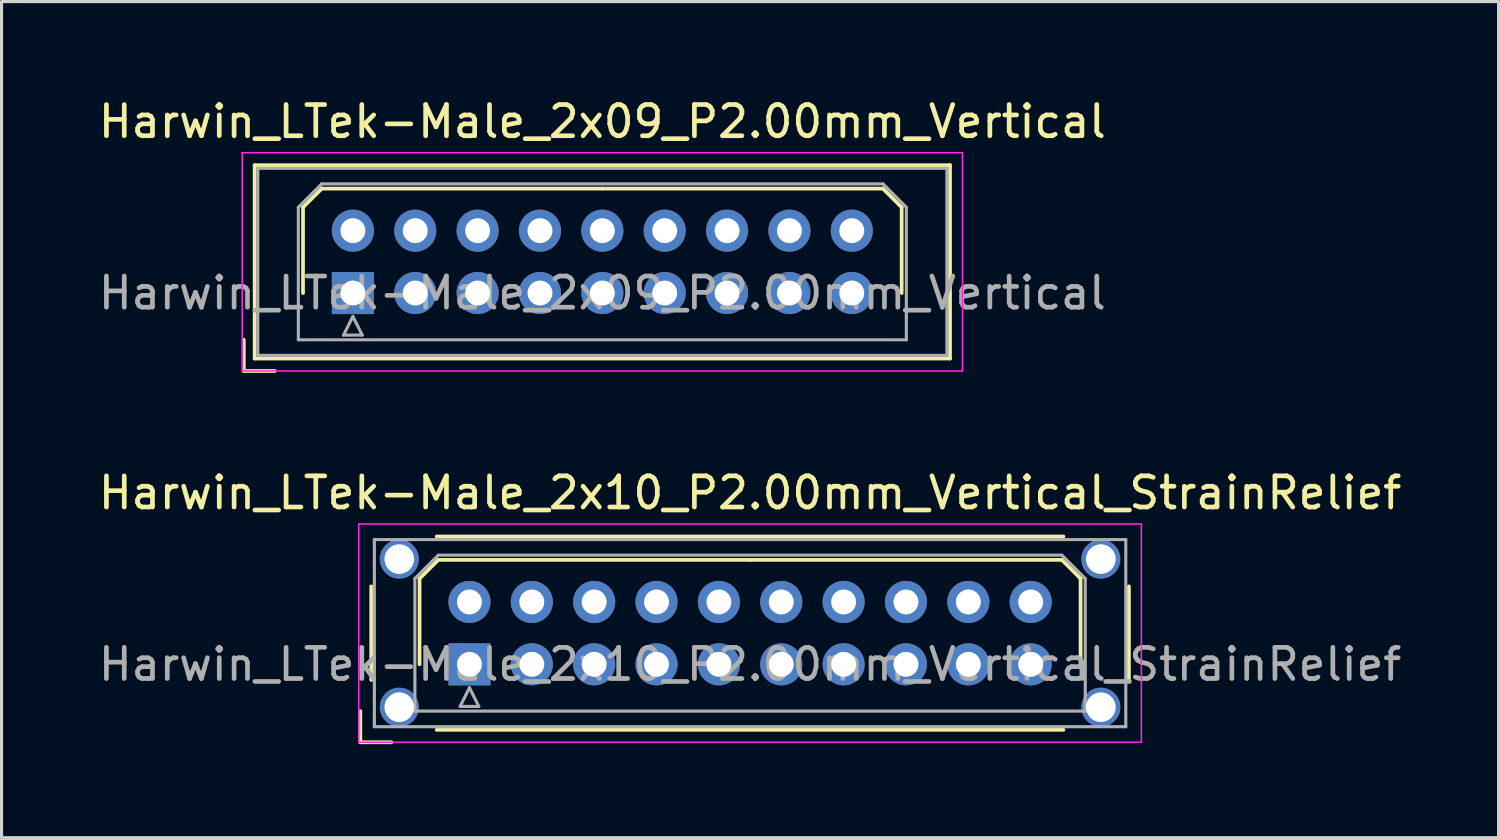
<source format=kicad_pcb>
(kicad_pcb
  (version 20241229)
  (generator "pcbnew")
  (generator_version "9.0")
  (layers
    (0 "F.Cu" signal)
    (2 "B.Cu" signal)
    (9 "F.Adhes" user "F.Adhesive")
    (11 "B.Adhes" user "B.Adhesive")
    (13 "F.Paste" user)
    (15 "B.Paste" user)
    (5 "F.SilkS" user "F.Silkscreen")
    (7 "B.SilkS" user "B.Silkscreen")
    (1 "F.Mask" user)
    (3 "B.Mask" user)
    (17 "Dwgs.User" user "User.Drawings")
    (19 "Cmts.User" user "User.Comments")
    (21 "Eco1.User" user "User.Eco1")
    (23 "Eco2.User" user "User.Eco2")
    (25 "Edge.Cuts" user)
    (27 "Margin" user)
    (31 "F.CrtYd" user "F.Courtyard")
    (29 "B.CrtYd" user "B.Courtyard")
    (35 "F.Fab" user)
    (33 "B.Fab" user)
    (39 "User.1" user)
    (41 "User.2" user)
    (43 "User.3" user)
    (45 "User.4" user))
  (footprint "Harwin_LTek-Male_2x09_P2.00mm_Vertical"
    (layer "F.Cu")
    (at 8.268 6.348)
    (property "Reference" "Harwin_LTek-Male_2x09_P2.00mm_Vertical" (at 8 -5.5 0) (layer "F.SilkS") (effects (font (size 1 1) (thickness 0.15))))
    (attr through_hole)
    (fp_line (start -3.5 1.5) (end -3.5 2.5) (stroke (width 0.12) (type solid)) (layer "F.SilkS"))
    (fp_line (start -3.5 2.5) (end -2.5 2.5) (stroke (width 0.12) (type solid)) (layer "F.SilkS"))
    (fp_line (start -3.15 -4.1) (end -3.15 2.1) (stroke (width 0.12) (type solid)) (layer "F.SilkS"))
    (fp_line (start -3.15 2.1) (end 19.15 2.1) (stroke (width 0.12) (type solid)) (layer "F.SilkS"))
    (fp_line (start -1.6 -2.75) (end -1 -3.35) (stroke (width 0.12) (type solid)) (layer "F.SilkS"))
    (fp_line (start -1.6 0) (end -1.6 -2.75) (stroke (width 0.12) (type solid)) (layer "F.SilkS"))
    (fp_line (start -1 -3.35) (end 8 -3.35) (stroke (width 0.12) (type solid)) (layer "F.SilkS"))
    (fp_line (start 17 -3.35) (end 8 -3.35) (stroke (width 0.12) (type solid)) (layer "F.SilkS"))
    (fp_line (start 17.6 -2.75) (end 17 -3.35) (stroke (width 0.12) (type solid)) (layer "F.SilkS"))
    (fp_line (start 17.6 0) (end 17.6 -2.75) (stroke (width 0.12) (type solid)) (layer "F.SilkS"))
    (fp_line (start 19.15 -4.1) (end -3.15 -4.1) (stroke (width 0.12) (type solid)) (layer "F.SilkS"))
    (fp_line (start 19.15 2.1) (end 19.15 -4.1) (stroke (width 0.12) (type solid)) (layer "F.SilkS"))
    (fp_line (start -3.55 -4.5) (end -3.55 2.5) (stroke (width 0.05) (type solid)) (layer "F.CrtYd"))
    (fp_line (start -3.55 2.5) (end 19.55 2.5) (stroke (width 0.05) (type solid)) (layer "F.CrtYd"))
    (fp_line (start 19.55 -4.5) (end -3.55 -4.5) (stroke (width 0.05) (type solid)) (layer "F.CrtYd"))
    (fp_line (start 19.55 2.5) (end 19.55 -4.5) (stroke (width 0.05) (type solid)) (layer "F.CrtYd"))
    (fp_line (start -3.05 -4) (end -3.05 2) (stroke (width 0.1) (type solid)) (layer "F.Fab"))
    (fp_line (start -3.05 2) (end 19.05 2) (stroke (width 0.1) (type solid)) (layer "F.Fab"))
    (fp_line (start -1.75 -2.75) (end -1 -3.5) (stroke (width 0.1) (type solid)) (layer "F.Fab"))
    (fp_line (start -1.75 1.5) (end -1.75 -2.75) (stroke (width 0.1) (type solid)) (layer "F.Fab"))
    (fp_line (start -1 -3.5) (end 17 -3.5) (stroke (width 0.1) (type solid)) (layer "F.Fab"))
    (fp_line (start -0.3 1.35) (end 0.3 1.35) (stroke (width 0.1) (type solid)) (layer "F.Fab"))
    (fp_line (start 0 0.75) (end -0.3 1.35) (stroke (width 0.1) (type solid)) (layer "F.Fab"))
    (fp_line (start 0.3 1.35) (end 0 0.75) (stroke (width 0.1) (type solid)) (layer "F.Fab"))
    (fp_line (start 17 -3.5) (end 17.75 -2.75) (stroke (width 0.1) (type solid)) (layer "F.Fab"))
    (fp_line (start 17.75 -2.75) (end 17.75 1.5) (stroke (width 0.1) (type solid)) (layer "F.Fab"))
    (fp_line (start 17.75 1.5) (end -1.75 1.5) (stroke (width 0.1) (type solid)) (layer "F.Fab"))
    (fp_line (start 19.05 -4) (end -3.05 -4) (stroke (width 0.1) (type solid)) (layer "F.Fab"))
    (fp_line (start 19.05 2) (end 19.05 -4) (stroke (width 0.1) (type solid)) (layer "F.Fab"))
    (fp_text user "${REFERENCE}" (at 8 0 0) (layer "F.Fab") (effects (font (size 1 1) (thickness 0.15))))
    (pad "1" thru_hole rect (at 0 0) (size 1.35 1.35) (drill 0.8) (layers "*.Cu" "*.Mask"))
    (pad "2" thru_hole circle (at 0 -2) (size 1.35 1.35) (drill 0.8) (layers "*.Cu" "*.Mask"))
    (pad "3" thru_hole circle (at 2 0) (size 1.35 1.35) (drill 0.8) (layers "*.Cu" "*.Mask"))
    (pad "4" thru_hole circle (at 2 -2) (size 1.35 1.35) (drill 0.8) (layers "*.Cu" "*.Mask"))
    (pad "5" thru_hole circle (at 4 0) (size 1.35 1.35) (drill 0.8) (layers "*.Cu" "*.Mask"))
    (pad "6" thru_hole circle (at 4 -2) (size 1.35 1.35) (drill 0.8) (layers "*.Cu" "*.Mask"))
    (pad "7" thru_hole circle (at 6 0) (size 1.35 1.35) (drill 0.8) (layers "*.Cu" "*.Mask"))
    (pad "8" thru_hole circle (at 6 -2) (size 1.35 1.35) (drill 0.8) (layers "*.Cu" "*.Mask"))
    (pad "9" thru_hole circle (at 8 0) (size 1.35 1.35) (drill 0.8) (layers "*.Cu" "*.Mask"))
    (pad "10" thru_hole circle (at 8 -2) (size 1.35 1.35) (drill 0.8) (layers "*.Cu" "*.Mask"))
    (pad "11" thru_hole circle (at 10 0) (size 1.35 1.35) (drill 0.8) (layers "*.Cu" "*.Mask"))
    (pad "12" thru_hole circle (at 10 -2) (size 1.35 1.35) (drill 0.8) (layers "*.Cu" "*.Mask"))
    (pad "13" thru_hole circle (at 12 0) (size 1.35 1.35) (drill 0.8) (layers "*.Cu" "*.Mask"))
    (pad "14" thru_hole circle (at 12 -2) (size 1.35 1.35) (drill 0.8) (layers "*.Cu" "*.Mask"))
    (pad "15" thru_hole circle (at 14 0) (size 1.35 1.35) (drill 0.8) (layers "*.Cu" "*.Mask"))
    (pad "16" thru_hole circle (at 14 -2) (size 1.35 1.35) (drill 0.8) (layers "*.Cu" "*.Mask"))
    (pad "17" thru_hole circle (at 16 0) (size 1.35 1.35) (drill 0.8) (layers "*.Cu" "*.Mask"))
    (pad "18" thru_hole circle (at 16 -2) (size 1.35 1.35) (drill 0.8) (layers "*.Cu" "*.Mask")))
  (footprint "Harwin_LTek-Male_2x10_P2.00mm_Vertical_StrainRelief"
    (layer "F.Cu")
    (at 12.006 18.256)
    (property "Reference" "Harwin_LTek-Male_2x10_P2.00mm_Vertical_StrainRelief" (at 9 -5.5 0) (layer "F.SilkS") (effects (font (size 1 1) (thickness 0.15))))
    (attr through_hole)
    (fp_line (start -3.5 1.5) (end -3.5 2.5) (stroke (width 0.12) (type solid)) (layer "F.SilkS"))
    (fp_line (start -3.5 2.5) (end -2.5 2.5) (stroke (width 0.12) (type solid)) (layer "F.SilkS"))
    (fp_line (start -3.15 -2.5) (end -3.15 0.5) (stroke (width 0.12) (type solid)) (layer "F.SilkS"))
    (fp_line (start -1.6 -2.75) (end -1 -3.35) (stroke (width 0.12) (type solid)) (layer "F.SilkS"))
    (fp_line (start -1.6 0) (end -1.6 -2.75) (stroke (width 0.12) (type solid)) (layer "F.SilkS"))
    (fp_line (start -1.05 -4.1) (end 19.05 -4.1) (stroke (width 0.12) (type solid)) (layer "F.SilkS"))
    (fp_line (start -1.05 2.1) (end 19.05 2.1) (stroke (width 0.12) (type solid)) (layer "F.SilkS"))
    (fp_line (start -1 -3.35) (end 9 -3.35) (stroke (width 0.12) (type solid)) (layer "F.SilkS"))
    (fp_line (start 19 -3.35) (end 9 -3.35) (stroke (width 0.12) (type solid)) (layer "F.SilkS"))
    (fp_line (start 19.6 -2.75) (end 19 -3.35) (stroke (width 0.12) (type solid)) (layer "F.SilkS"))
    (fp_line (start 19.6 0) (end 19.6 -2.75) (stroke (width 0.12) (type solid)) (layer "F.SilkS"))
    (fp_line (start 21.15 -2.5) (end 21.15 0.5) (stroke (width 0.12) (type solid)) (layer "F.SilkS"))
    (fp_line (start -3.55 -4.5) (end -3.55 2.5) (stroke (width 0.05) (type solid)) (layer "F.CrtYd"))
    (fp_line (start -3.55 2.5) (end 21.55 2.5) (stroke (width 0.05) (type solid)) (layer "F.CrtYd"))
    (fp_line (start 21.55 -4.5) (end -3.55 -4.5) (stroke (width 0.05) (type solid)) (layer "F.CrtYd"))
    (fp_line (start 21.55 2.5) (end 21.55 -4.5) (stroke (width 0.05) (type solid)) (layer "F.CrtYd"))
    (fp_line (start -3.05 -4) (end -3.05 2) (stroke (width 0.1) (type solid)) (layer "F.Fab"))
    (fp_line (start -3.05 2) (end 21.05 2) (stroke (width 0.1) (type solid)) (layer "F.Fab"))
    (fp_line (start -1.75 -2.75) (end -1 -3.5) (stroke (width 0.1) (type solid)) (layer "F.Fab"))
    (fp_line (start -1.75 1.5) (end -1.75 -2.75) (stroke (width 0.1) (type solid)) (layer "F.Fab"))
    (fp_line (start -1 -3.5) (end 19 -3.5) (stroke (width 0.1) (type solid)) (layer "F.Fab"))
    (fp_line (start -0.3 1.35) (end 0.3 1.35) (stroke (width 0.1) (type solid)) (layer "F.Fab"))
    (fp_line (start 0 0.75) (end -0.3 1.35) (stroke (width 0.1) (type solid)) (layer "F.Fab"))
    (fp_line (start 0.3 1.35) (end 0 0.75) (stroke (width 0.1) (type solid)) (layer "F.Fab"))
    (fp_line (start 19 -3.5) (end 19.75 -2.75) (stroke (width 0.1) (type solid)) (layer "F.Fab"))
    (fp_line (start 19.75 -2.75) (end 19.75 1.5) (stroke (width 0.1) (type solid)) (layer "F.Fab"))
    (fp_line (start 19.75 1.5) (end -1.75 1.5) (stroke (width 0.1) (type solid)) (layer "F.Fab"))
    (fp_line (start 21.05 -4) (end -3.05 -4) (stroke (width 0.1) (type solid)) (layer "F.Fab"))
    (fp_line (start 21.05 2) (end 21.05 -4) (stroke (width 0.1) (type solid)) (layer "F.Fab"))
    (fp_text user "${REFERENCE}" (at 9 0 0) (layer "F.Fab") (effects (font (size 1 1) (thickness 0.15))))
    (pad "" thru_hole circle (at -2.25 -3.375) (size 1.25 1.25) (drill 0.95) (layers "*.Cu" "*.Mask"))
    (pad "" thru_hole circle (at -2.25 1.375) (size 1.25 1.25) (drill 0.95) (layers "*.Cu" "*.Mask"))
    (pad "" thru_hole circle (at 20.25 -3.375) (size 1.25 1.25) (drill 0.95) (layers "*.Cu" "*.Mask"))
    (pad "" thru_hole circle (at 20.25 1.375) (size 1.25 1.25) (drill 0.95) (layers "*.Cu" "*.Mask"))
    (pad "1" thru_hole rect (at 0 0) (size 1.35 1.35) (drill 0.8) (layers "*.Cu" "*.Mask"))
    (pad "2" thru_hole circle (at 0 -2) (size 1.35 1.35) (drill 0.8) (layers "*.Cu" "*.Mask"))
    (pad "3" thru_hole circle (at 2 0) (size 1.35 1.35) (drill 0.8) (layers "*.Cu" "*.Mask"))
    (pad "4" thru_hole circle (at 2 -2) (size 1.35 1.35) (drill 0.8) (layers "*.Cu" "*.Mask"))
    (pad "5" thru_hole circle (at 4 0) (size 1.35 1.35) (drill 0.8) (layers "*.Cu" "*.Mask"))
    (pad "6" thru_hole circle (at 4 -2) (size 1.35 1.35) (drill 0.8) (layers "*.Cu" "*.Mask"))
    (pad "7" thru_hole circle (at 6 0) (size 1.35 1.35) (drill 0.8) (layers "*.Cu" "*.Mask"))
    (pad "8" thru_hole circle (at 6 -2) (size 1.35 1.35) (drill 0.8) (layers "*.Cu" "*.Mask"))
    (pad "9" thru_hole circle (at 8 0) (size 1.35 1.35) (drill 0.8) (layers "*.Cu" "*.Mask"))
    (pad "10" thru_hole circle (at 8 -2) (size 1.35 1.35) (drill 0.8) (layers "*.Cu" "*.Mask"))
    (pad "11" thru_hole circle (at 10 0) (size 1.35 1.35) (drill 0.8) (layers "*.Cu" "*.Mask"))
    (pad "12" thru_hole circle (at 10 -2) (size 1.35 1.35) (drill 0.8) (layers "*.Cu" "*.Mask"))
    (pad "13" thru_hole circle (at 12 0) (size 1.35 1.35) (drill 0.8) (layers "*.Cu" "*.Mask"))
    (pad "14" thru_hole circle (at 12 -2) (size 1.35 1.35) (drill 0.8) (layers "*.Cu" "*.Mask"))
    (pad "15" thru_hole circle (at 14 0) (size 1.35 1.35) (drill 0.8) (layers "*.Cu" "*.Mask"))
    (pad "16" thru_hole circle (at 14 -2) (size 1.35 1.35) (drill 0.8) (layers "*.Cu" "*.Mask"))
    (pad "17" thru_hole circle (at 16 0) (size 1.35 1.35) (drill 0.8) (layers "*.Cu" "*.Mask"))
    (pad "18" thru_hole circle (at 16 -2) (size 1.35 1.35) (drill 0.8) (layers "*.Cu" "*.Mask"))
    (pad "19" thru_hole circle (at 18 0) (size 1.35 1.35) (drill 0.8) (layers "*.Cu" "*.Mask"))
    (pad "20" thru_hole circle (at 18 -2) (size 1.35 1.35) (drill 0.8) (layers "*.Cu" "*.Mask")))
  (gr_rect
    (start -3 -3)
    (end 45.012 23.817)
    (stroke (width 0.1) (type default))
    (fill no)
    (layer "Edge.Cuts")))
</source>
